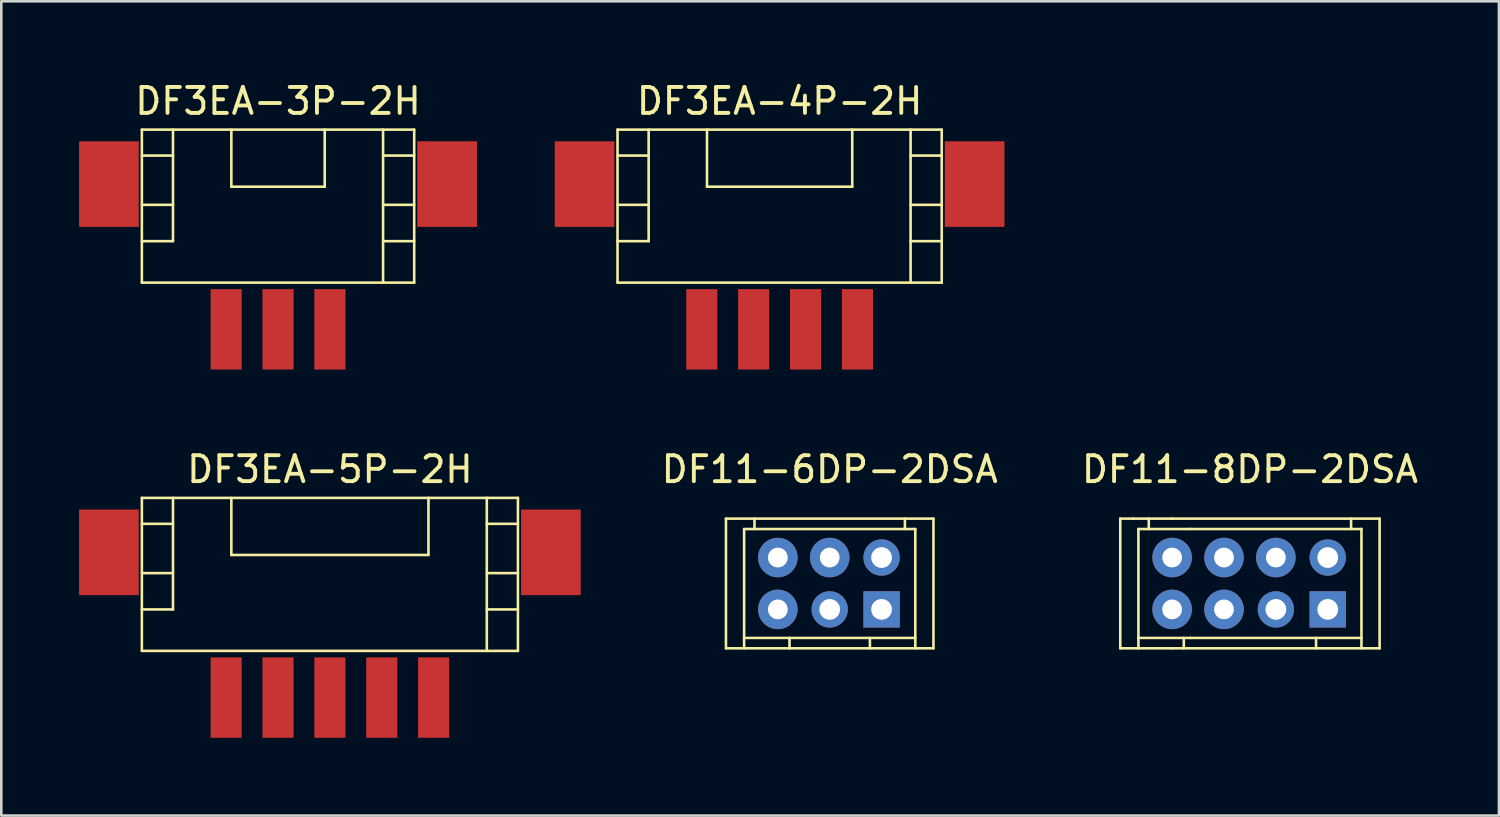
<source format=kicad_pcb>
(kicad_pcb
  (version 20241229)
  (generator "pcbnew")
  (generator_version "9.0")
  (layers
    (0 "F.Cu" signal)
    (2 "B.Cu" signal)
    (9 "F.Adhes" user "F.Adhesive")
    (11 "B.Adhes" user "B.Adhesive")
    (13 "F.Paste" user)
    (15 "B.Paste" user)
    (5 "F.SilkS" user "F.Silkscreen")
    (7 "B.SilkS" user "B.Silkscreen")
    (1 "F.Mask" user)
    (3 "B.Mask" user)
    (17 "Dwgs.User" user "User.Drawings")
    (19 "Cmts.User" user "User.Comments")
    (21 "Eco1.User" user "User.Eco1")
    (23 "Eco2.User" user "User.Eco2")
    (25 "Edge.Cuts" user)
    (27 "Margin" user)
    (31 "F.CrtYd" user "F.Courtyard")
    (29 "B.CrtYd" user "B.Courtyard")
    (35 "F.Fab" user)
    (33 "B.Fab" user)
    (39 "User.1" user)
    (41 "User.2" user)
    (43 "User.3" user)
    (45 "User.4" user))
  (footprint "DF11-8DP-2DSA"
    (layer "F.Cu")
    (at 45.144 19.447)
    (property "Reference" "DF11-8DP-2DSA" (at 0 -4.4 0) (layer "F.SilkS") (effects (font (size 1 1) (thickness 0.15))))
    (attr through_hole)
    (fp_line (start -5 -2.5) (end -5 2.5) (stroke (width 0.1) (type solid)) (layer "F.SilkS"))
    (fp_line (start -5 2.5) (end -3 2.5) (stroke (width 0.1) (type solid)) (layer "F.SilkS"))
    (fp_line (start -4.5 -2.5) (end -5 -2.5) (stroke (width 0.1) (type solid)) (layer "F.SilkS"))
    (fp_line (start -4.3 -2.1) (end -2.3 -2.1) (stroke (width 0.1) (type solid)) (layer "F.SilkS"))
    (fp_line (start -4.3 2.1) (end -4.3 -2.1) (stroke (width 0.1) (type solid)) (layer "F.SilkS"))
    (fp_line (start -4.3 2.1) (end -4.3 2.5) (stroke (width 0.1) (type solid)) (layer "F.SilkS"))
    (fp_line (start -3.9 -2.5) (end -3.9 -2.1) (stroke (width 0.1) (type solid)) (layer "F.SilkS"))
    (fp_line (start -3 -2.5) (end -4.5 -2.5) (stroke (width 0.1) (type solid)) (layer "F.SilkS"))
    (fp_line (start -3 -2.5) (end 5 -2.5) (stroke (width 0.1) (type solid)) (layer "F.SilkS"))
    (fp_line (start -3 2.5) (end 5 2.5) (stroke (width 0.1) (type solid)) (layer "F.SilkS"))
    (fp_line (start -2.55 2.1) (end -2.55 2.5) (stroke (width 0.1) (type solid)) (layer "F.SilkS"))
    (fp_line (start -2.3 -2.1) (end 4.3 -2.1) (stroke (width 0.1) (type solid)) (layer "F.SilkS"))
    (fp_line (start -2.3 2.1) (end -4.3 2.1) (stroke (width 0.1) (type solid)) (layer "F.SilkS"))
    (fp_line (start -2.3 2.1) (end 4.3 2.1) (stroke (width 0.1) (type solid)) (layer "F.SilkS"))
    (fp_line (start 2.55 2.1) (end 2.55 2.5) (stroke (width 0.1) (type solid)) (layer "F.SilkS"))
    (fp_line (start 3.9 -2.1) (end 3.9 -2.5) (stroke (width 0.1) (type solid)) (layer "F.SilkS"))
    (fp_line (start 4.3 2.5) (end 4.3 -2.1) (stroke (width 0.1) (type solid)) (layer "F.SilkS"))
    (fp_line (start 5 2.5) (end 5 -2.5) (stroke (width 0.1) (type solid)) (layer "F.SilkS"))
    (pad "1" thru_hole rect (at 3 1) (size 1.4 1.4) (drill 0.8) (layers "*.Cu" "*.Mask"))
    (pad "2" thru_hole circle (at 3 -1) (size 1.4 1.4) (drill 0.8) (layers "*.Cu" "*.Mask"))
    (pad "3" thru_hole circle (at 1 1) (size 1.4 1.4) (drill 0.8) (layers "*.Cu" "*.Mask"))
    (pad "4" thru_hole circle (at 1 -1) (size 1.524 1.524) (drill 0.762) (layers "*.Cu" "*.Mask"))
    (pad "5" thru_hole circle (at -1 1) (size 1.524 1.524) (drill 0.762) (layers "*.Cu" "*.Mask"))
    (pad "6" thru_hole circle (at -1 -1) (size 1.524 1.524) (drill 0.762) (layers "*.Cu" "*.Mask"))
    (pad "7" thru_hole circle (at -3 1) (size 1.524 1.524) (drill 0.762) (layers "*.Cu" "*.Mask"))
    (pad "8" thru_hole circle (at -3 -1) (size 1.524 1.524) (drill 0.762) (layers "*.Cu" "*.Mask")))
  (footprint "DF3EA-3P-2H"
    (layer "F.Cu")
    (at 7.67 4.048)
    (property "Reference" "DF3EA-3P-2H" (at 0 -3.2 0) (layer "F.SilkS") (effects (font (size 1 1) (thickness 0.15))))
    (attr through_hole)
    (fp_line (start -5.25 -2.1) (end -5.25 3.8) (stroke (width 0.1) (type solid)) (layer "F.SilkS"))
    (fp_line (start -5.25 -2.1) (end 5.25 -2.1) (stroke (width 0.1) (type solid)) (layer "F.SilkS"))
    (fp_line (start -5.25 -1.1) (end -4.05 -1.1) (stroke (width 0.1) (type solid)) (layer "F.SilkS"))
    (fp_line (start -5.25 0.8) (end -4.05 0.8) (stroke (width 0.1) (type solid)) (layer "F.SilkS"))
    (fp_line (start -5.25 2.2) (end -4.05 2.2) (stroke (width 0.1) (type solid)) (layer "F.SilkS"))
    (fp_line (start -5.25 3.8) (end 5.25 3.8) (stroke (width 0.1) (type solid)) (layer "F.SilkS"))
    (fp_line (start -4.05 2.2) (end -4.05 -2.1) (stroke (width 0.1) (type solid)) (layer "F.SilkS"))
    (fp_line (start -1.8 -2.1) (end -1.8 0.1) (stroke (width 0.1) (type solid)) (layer "F.SilkS"))
    (fp_line (start -1.8 0.1) (end 1.8 0.1) (stroke (width 0.1) (type solid)) (layer "F.SilkS"))
    (fp_line (start 1.8 -2.1) (end 1.8 0.1) (stroke (width 0.1) (type solid)) (layer "F.SilkS"))
    (fp_line (start 4.05 -1.1) (end 5.25 -1.1) (stroke (width 0.1) (type solid)) (layer "F.SilkS"))
    (fp_line (start 4.05 0.8) (end 5.25 0.8) (stroke (width 0.1) (type solid)) (layer "F.SilkS"))
    (fp_line (start 4.05 2.2) (end 5.25 2.2) (stroke (width 0.1) (type solid)) (layer "F.SilkS"))
    (fp_line (start 4.05 3.8) (end 4.05 -2.1) (stroke (width 0.1) (type solid)) (layer "F.SilkS"))
    (fp_line (start 5.25 -2.1) (end 5.25 3.8) (stroke (width 0.1) (type solid)) (layer "F.SilkS"))
    (pad "" smd rect (at -6.52 0) (size 2.3 3.3) (layers "F.Cu" "F.Mask" "F.Paste"))
    (pad "" smd rect (at 6.52 0) (size 2.3 3.3) (layers "F.Cu" "F.Mask" "F.Paste"))
    (pad "1" smd rect (at 2 5.6) (size 1.2 3.1) (layers "F.Cu" "F.Mask" "F.Paste"))
    (pad "2" smd rect (at 0 5.6) (size 1.2 3.1) (layers "F.Cu" "F.Mask" "F.Paste"))
    (pad "3" smd rect (at -2 5.6) (size 1.2 3.1) (layers "F.Cu" "F.Mask" "F.Paste")))
  (footprint "DF3EA-4P-2H"
    (layer "F.Cu")
    (at 27.01 4.048)
    (property "Reference" "DF3EA-4P-2H" (at 0 -3.2 0) (layer "F.SilkS") (effects (font (size 1 1) (thickness 0.15))))
    (attr through_hole)
    (fp_line (start -6.25 -2.1) (end -6.25 3.8) (stroke (width 0.1) (type solid)) (layer "F.SilkS"))
    (fp_line (start -6.25 -2.1) (end 6.25 -2.1) (stroke (width 0.1) (type solid)) (layer "F.SilkS"))
    (fp_line (start -6.25 -1.1) (end -5.05 -1.1) (stroke (width 0.1) (type solid)) (layer "F.SilkS"))
    (fp_line (start -6.25 0.8) (end -5.05 0.8) (stroke (width 0.1) (type solid)) (layer "F.SilkS"))
    (fp_line (start -6.25 2.2) (end -5.05 2.2) (stroke (width 0.1) (type solid)) (layer "F.SilkS"))
    (fp_line (start -6.25 3.8) (end 6.25 3.8) (stroke (width 0.1) (type solid)) (layer "F.SilkS"))
    (fp_line (start -5.05 2.2) (end -5.05 -2.1) (stroke (width 0.1) (type solid)) (layer "F.SilkS"))
    (fp_line (start -2.8 -2.1) (end -2.8 0.1) (stroke (width 0.1) (type solid)) (layer "F.SilkS"))
    (fp_line (start -2.8 0.1) (end 2.8 0.1) (stroke (width 0.1) (type solid)) (layer "F.SilkS"))
    (fp_line (start 2.8 -2.1) (end 2.8 0.1) (stroke (width 0.1) (type solid)) (layer "F.SilkS"))
    (fp_line (start 5.05 -1.1) (end 6.25 -1.1) (stroke (width 0.1) (type solid)) (layer "F.SilkS"))
    (fp_line (start 5.05 0.8) (end 6.25 0.8) (stroke (width 0.1) (type solid)) (layer "F.SilkS"))
    (fp_line (start 5.05 2.2) (end 6.25 2.2) (stroke (width 0.1) (type solid)) (layer "F.SilkS"))
    (fp_line (start 5.05 3.8) (end 5.05 -2.1) (stroke (width 0.1) (type solid)) (layer "F.SilkS"))
    (fp_line (start 6.25 -2.1) (end 6.25 3.8) (stroke (width 0.1) (type solid)) (layer "F.SilkS"))
    (pad "" smd rect (at -7.52 0) (size 2.3 3.3) (layers "F.Cu" "F.Mask" "F.Paste"))
    (pad "" smd rect (at 7.52 0) (size 2.3 3.3) (layers "F.Cu" "F.Mask" "F.Paste"))
    (pad "1" smd rect (at 3 5.6) (size 1.2 3.1) (layers "F.Cu" "F.Mask" "F.Paste"))
    (pad "2" smd rect (at 1 5.6) (size 1.2 3.1) (layers "F.Cu" "F.Mask" "F.Paste"))
    (pad "3" smd rect (at -1 5.6) (size 1.2 3.1) (layers "F.Cu" "F.Mask" "F.Paste"))
    (pad "4" smd rect (at -3 5.6) (size 1.2 3.1) (layers "F.Cu" "F.Mask" "F.Paste")))
  (footprint "DF3EA-5P-2H"
    (layer "F.Cu")
    (at 9.67 18.247)
    (property "Reference" "DF3EA-5P-2H" (at 0 -3.2 0) (layer "F.SilkS") (effects (font (size 1 1) (thickness 0.15))))
    (attr through_hole)
    (fp_line (start -7.25 -2.1) (end -7.25 3.8) (stroke (width 0.1) (type solid)) (layer "F.SilkS"))
    (fp_line (start -7.25 -2.1) (end 7.25 -2.1) (stroke (width 0.1) (type solid)) (layer "F.SilkS"))
    (fp_line (start -7.25 -1.1) (end -6.05 -1.1) (stroke (width 0.1) (type solid)) (layer "F.SilkS"))
    (fp_line (start -7.25 0.8) (end -6.05 0.8) (stroke (width 0.1) (type solid)) (layer "F.SilkS"))
    (fp_line (start -7.25 2.2) (end -6.05 2.2) (stroke (width 0.1) (type solid)) (layer "F.SilkS"))
    (fp_line (start -7.25 3.8) (end 7.25 3.8) (stroke (width 0.1) (type solid)) (layer "F.SilkS"))
    (fp_line (start -6.05 2.2) (end -6.05 -2.1) (stroke (width 0.1) (type solid)) (layer "F.SilkS"))
    (fp_line (start -3.8 -2.1) (end -3.8 0.1) (stroke (width 0.1) (type solid)) (layer "F.SilkS"))
    (fp_line (start -3.8 0.1) (end 3.8 0.1) (stroke (width 0.1) (type solid)) (layer "F.SilkS"))
    (fp_line (start 3.8 -2.1) (end 3.8 0.1) (stroke (width 0.1) (type solid)) (layer "F.SilkS"))
    (fp_line (start 6.05 -1.1) (end 7.25 -1.1) (stroke (width 0.1) (type solid)) (layer "F.SilkS"))
    (fp_line (start 6.05 0.8) (end 7.25 0.8) (stroke (width 0.1) (type solid)) (layer "F.SilkS"))
    (fp_line (start 6.05 2.2) (end 7.25 2.2) (stroke (width 0.1) (type solid)) (layer "F.SilkS"))
    (fp_line (start 6.05 3.8) (end 6.05 -2.1) (stroke (width 0.1) (type solid)) (layer "F.SilkS"))
    (fp_line (start 7.25 -2.1) (end 7.25 3.8) (stroke (width 0.1) (type solid)) (layer "F.SilkS"))
    (pad "" smd rect (at -8.52 0) (size 2.3 3.3) (layers "F.Cu" "F.Mask" "F.Paste"))
    (pad "" smd rect (at 8.52 0) (size 2.3 3.3) (layers "F.Cu" "F.Mask" "F.Paste"))
    (pad "1" smd rect (at 4 5.6) (size 1.2 3.1) (layers "F.Cu" "F.Mask" "F.Paste"))
    (pad "2" smd rect (at 2 5.6) (size 1.2 3.1) (layers "F.Cu" "F.Mask" "F.Paste"))
    (pad "3" smd rect (at 0 5.6) (size 1.2 3.1) (layers "F.Cu" "F.Mask" "F.Paste"))
    (pad "4" smd rect (at -2 5.6) (size 1.2 3.1) (layers "F.Cu" "F.Mask" "F.Paste"))
    (pad "5" smd rect (at -4 5.6) (size 1.2 3.1) (layers "F.Cu" "F.Mask" "F.Paste")))
  (footprint "DF11-6DP-2DSA"
    (layer "F.Cu")
    (at 28.941 19.447)
    (property "Reference" "DF11-6DP-2DSA" (at 0 -4.4 0) (layer "F.SilkS") (effects (font (size 1 1) (thickness 0.15))))
    (attr through_hole)
    (fp_line (start -4 -2.5) (end 4 -2.5) (stroke (width 0.1) (type solid)) (layer "F.SilkS"))
    (fp_line (start -4 2.5) (end -4 -2.5) (stroke (width 0.1) (type solid)) (layer "F.SilkS"))
    (fp_line (start -4 2.5) (end 4 2.5) (stroke (width 0.1) (type solid)) (layer "F.SilkS"))
    (fp_line (start -3.3 -2.1) (end -3.3 2.5) (stroke (width 0.1) (type solid)) (layer "F.SilkS"))
    (fp_line (start -3.3 -2.1) (end 3.3 -2.1) (stroke (width 0.1) (type solid)) (layer "F.SilkS"))
    (fp_line (start -3.3 2.1) (end 3.3 2.1) (stroke (width 0.1) (type solid)) (layer "F.SilkS"))
    (fp_line (start -2.9 -2.1) (end -2.9 -2.5) (stroke (width 0.1) (type solid)) (layer "F.SilkS"))
    (fp_line (start -1.55 2.1) (end -1.55 2.5) (stroke (width 0.1) (type solid)) (layer "F.SilkS"))
    (fp_line (start 1.55 2.1) (end 1.55 2.5) (stroke (width 0.1) (type solid)) (layer "F.SilkS"))
    (fp_line (start 2.9 -2.1) (end 2.9 -2.5) (stroke (width 0.1) (type solid)) (layer "F.SilkS"))
    (fp_line (start 3.3 2.5) (end 3.3 -2.1) (stroke (width 0.1) (type solid)) (layer "F.SilkS"))
    (fp_line (start 4 2.5) (end 4 -2.5) (stroke (width 0.1) (type solid)) (layer "F.SilkS"))
    (pad "1" thru_hole rect (at 2 1) (size 1.4 1.4) (drill 0.8) (layers "*.Cu" "*.Mask"))
    (pad "2" thru_hole circle (at 2 -1) (size 1.4 1.4) (drill 0.8) (layers "*.Cu" "*.Mask"))
    (pad "3" thru_hole circle (at 0 1) (size 1.4 1.4) (drill 0.8) (layers "*.Cu" "*.Mask"))
    (pad "4" thru_hole circle (at 0 -1) (size 1.524 1.524) (drill 0.762) (layers "*.Cu" "*.Mask"))
    (pad "5" thru_hole circle (at -2 1) (size 1.524 1.524) (drill 0.762) (layers "*.Cu" "*.Mask"))
    (pad "6" thru_hole circle (at -2 -1) (size 1.524 1.524) (drill 0.762) (layers "*.Cu" "*.Mask")))
  (gr_rect
    (start -3 -3)
    (end 54.745 28.396)
    (stroke (width 0.1) (type default))
    (fill no)
    (layer "Edge.Cuts")))
</source>
